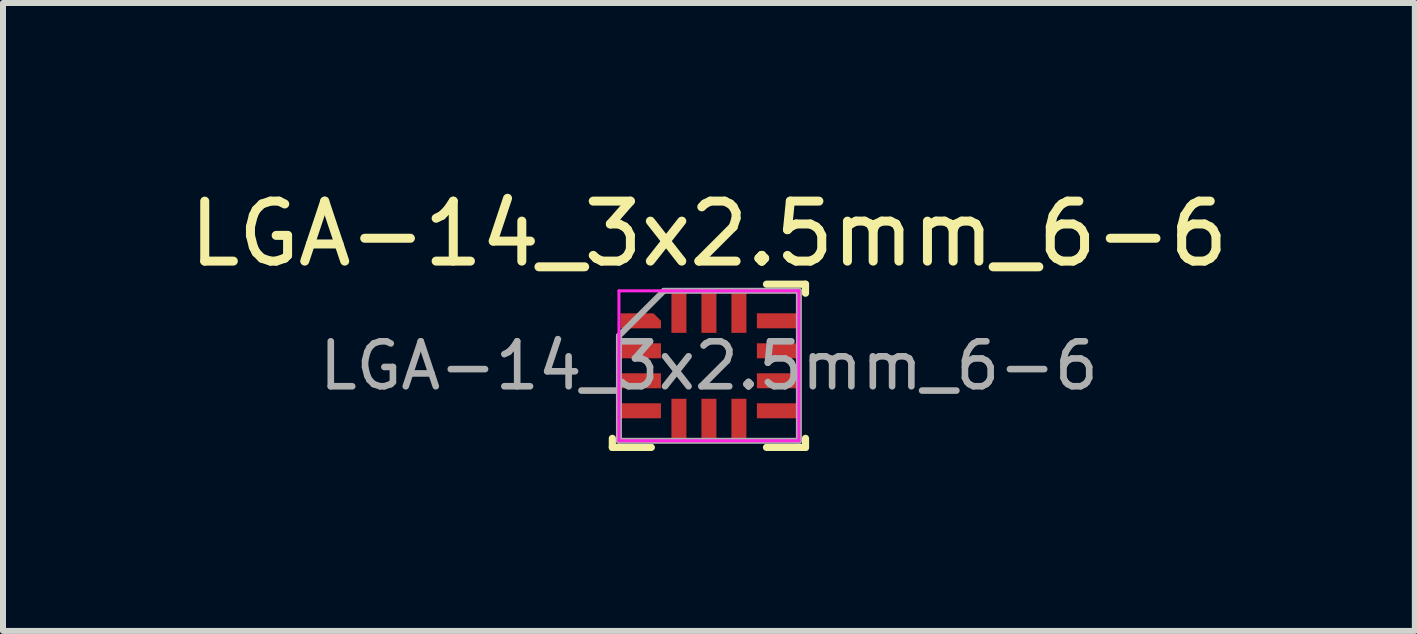
<source format=kicad_pcb>
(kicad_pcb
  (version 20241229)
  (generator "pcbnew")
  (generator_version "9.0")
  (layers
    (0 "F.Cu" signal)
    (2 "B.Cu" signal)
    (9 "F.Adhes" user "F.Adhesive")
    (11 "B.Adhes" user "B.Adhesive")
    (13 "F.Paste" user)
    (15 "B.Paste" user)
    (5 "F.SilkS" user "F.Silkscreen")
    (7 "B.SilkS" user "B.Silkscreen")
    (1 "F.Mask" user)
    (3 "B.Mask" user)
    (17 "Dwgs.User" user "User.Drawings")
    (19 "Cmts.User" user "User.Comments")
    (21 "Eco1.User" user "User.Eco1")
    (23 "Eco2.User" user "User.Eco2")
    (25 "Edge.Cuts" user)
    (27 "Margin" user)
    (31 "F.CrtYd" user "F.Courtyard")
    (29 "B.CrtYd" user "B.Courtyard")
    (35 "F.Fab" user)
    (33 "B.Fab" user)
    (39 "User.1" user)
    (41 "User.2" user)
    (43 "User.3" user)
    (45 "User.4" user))
  (footprint "LGA-14_3x2.5mm_6-6"
    (layer "F.Cu")
    (at 8.768 3.048)
    (property "Reference" "LGA-14_3x2.5mm_6-6" (at 0 -2.2 0) (layer "F.SilkS") (effects (font (size 1 1) (thickness 0.15))))
    (attr smd)
    (fp_line (start -1.61 1.36) (end -1.61 1.21) (stroke (width 0.12) (type solid)) (layer "F.SilkS"))
    (fp_line (start -0.96 1.36) (end -1.61 1.36) (stroke (width 0.12) (type solid)) (layer "F.SilkS"))
    (fp_line (start 0.96 -1.36) (end 1.61 -1.36) (stroke (width 0.12) (type solid)) (layer "F.SilkS"))
    (fp_line (start 0.96 1.36) (end 1.61 1.36) (stroke (width 0.12) (type solid)) (layer "F.SilkS"))
    (fp_line (start 1.61 -1.36) (end 1.61 -1.21) (stroke (width 0.12) (type solid)) (layer "F.SilkS"))
    (fp_line (start 1.61 1.36) (end 1.61 1.21) (stroke (width 0.12) (type solid)) (layer "F.SilkS"))
    (fp_line (start -1.5 -1.25) (end -1.5 1.25) (stroke (width 0.05) (type solid)) (layer "F.CrtYd"))
    (fp_line (start -1.5 1.25) (end 1.5 1.25) (stroke (width 0.05) (type solid)) (layer "F.CrtYd"))
    (fp_line (start 1.5 -1.25) (end -1.5 -1.25) (stroke (width 0.05) (type solid)) (layer "F.CrtYd"))
    (fp_line (start 1.5 1.25) (end 1.5 -1.25) (stroke (width 0.05) (type solid)) (layer "F.CrtYd"))
    (fp_line (start -1.5 -0.5) (end -0.75 -1.25) (stroke (width 0.1) (type solid)) (layer "F.Fab"))
    (fp_line (start -1.5 1.25) (end -1.5 -0.5) (stroke (width 0.1) (type solid)) (layer "F.Fab"))
    (fp_line (start -0.75 -1.25) (end 1.5 -1.25) (stroke (width 0.1) (type solid)) (layer "F.Fab"))
    (fp_line (start 1.5 -1.25) (end 1.5 1.25) (stroke (width 0.1) (type solid)) (layer "F.Fab"))
    (fp_line (start 1.5 1.25) (end -1.5 1.25) (stroke (width 0.1) (type solid)) (layer "F.Fab"))
    (fp_text user "${REFERENCE}" (at 0 0 0) (layer "F.Fab") (effects (font (size 0.75 0.75) (thickness 0.11))))
    (pad "1" smd custom (at -1.137 -0.75) (size 0.25 0.25) (layers "F.Cu" "F.Mask" "F.Paste") (options (anchor circle)) (primitives (gr_poly (pts (xy -0.338 -0.125) (xy 0.212 -0.125) (xy 0.338 0) (xy 0.338 0.125) (xy -0.338 0.125)) (width 0) (fill yes))))
    (pad "2" smd rect (at -1.137 -0.25) (size 0.675 0.25) (layers "F.Cu" "F.Mask" "F.Paste"))
    (pad "3" smd rect (at -1.137 0.25) (size 0.675 0.25) (layers "F.Cu" "F.Mask" "F.Paste"))
    (pad "4" smd rect (at -1.137 0.75 90) (size 0.25 0.675) (layers "F.Cu" "F.Mask" "F.Paste"))
    (pad "5" smd rect (at -0.5 0.887 180) (size 0.25 0.675) (layers "F.Cu" "F.Mask" "F.Paste"))
    (pad "6" smd rect (at 0 0.887 90) (size 0.675 0.25) (layers "F.Cu" "F.Mask" "F.Paste"))
    (pad "7" smd rect (at 0.5 0.887 180) (size 0.25 0.675) (layers "F.Cu" "F.Mask" "F.Paste"))
    (pad "8" smd rect (at 1.137 0.75 90) (size 0.25 0.675) (layers "F.Cu" "F.Mask" "F.Paste"))
    (pad "9" smd rect (at 1.137 0.25) (size 0.675 0.25) (layers "F.Cu" "F.Mask" "F.Paste"))
    (pad "10" smd rect (at 1.137 -0.25) (size 0.675 0.25) (layers "F.Cu" "F.Mask" "F.Paste"))
    (pad "11" smd rect (at 1.137 -0.75 90) (size 0.25 0.675) (layers "F.Cu" "F.Mask" "F.Paste"))
    (pad "12" smd rect (at 0.5 -0.887 180) (size 0.25 0.675) (layers "F.Cu" "F.Mask" "F.Paste"))
    (pad "13" smd rect (at 0 -0.887 270) (size 0.675 0.25) (layers "F.Cu" "F.Mask" "F.Paste"))
    (pad "14" smd rect (at -0.5 -0.887 180) (size 0.25 0.675) (layers "F.Cu" "F.Mask" "F.Paste")))
  (gr_rect
    (start -3 -3)
    (end 20.536 7.468)
    (stroke (width 0.1) (type default))
    (fill no)
    (layer "Edge.Cuts")))
</source>
